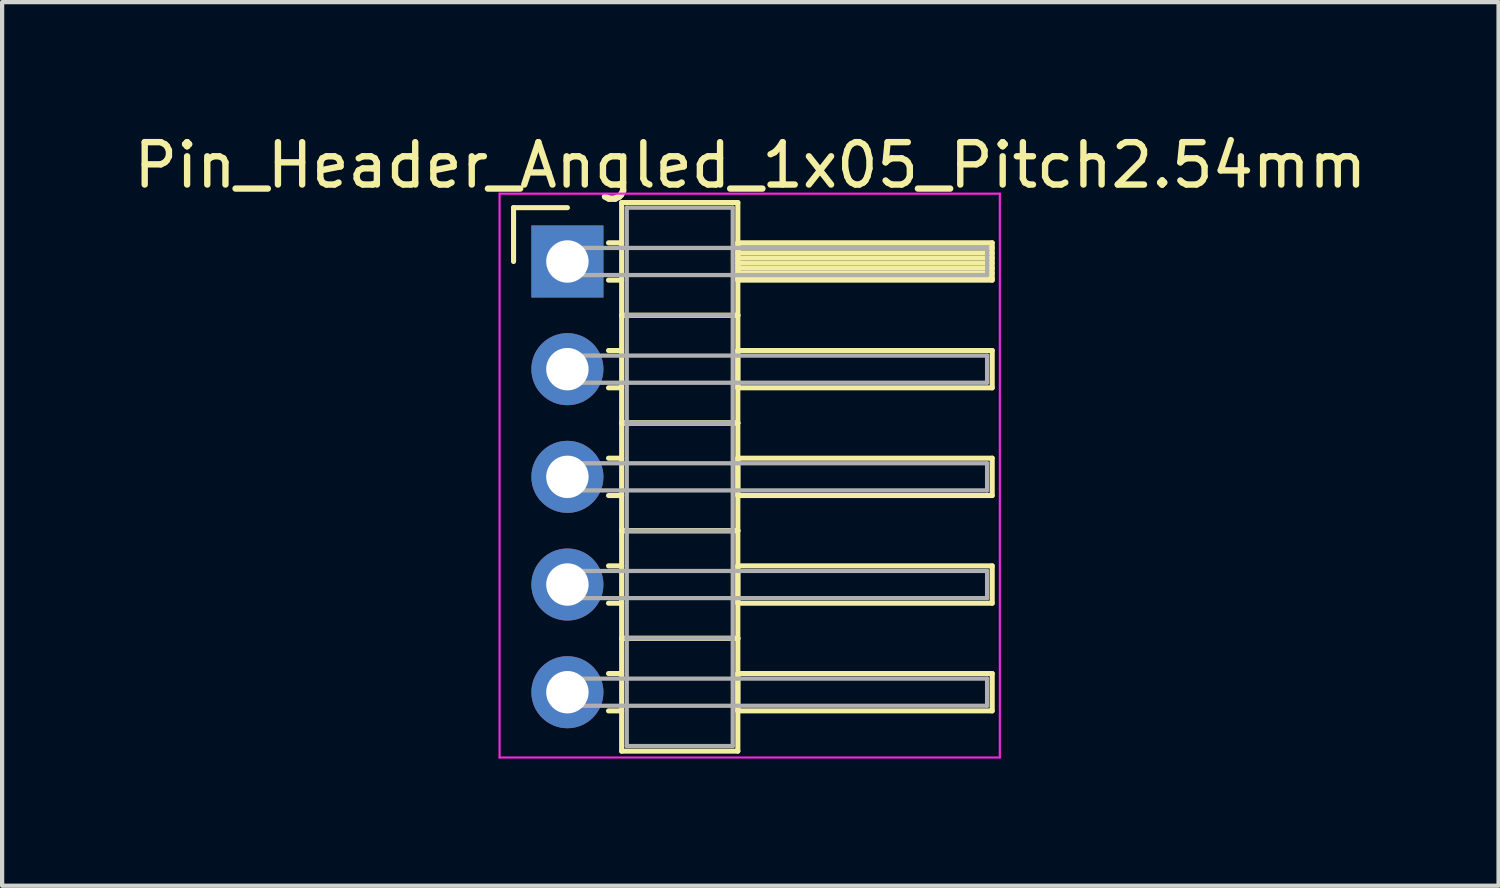
<source format=kicad_pcb>
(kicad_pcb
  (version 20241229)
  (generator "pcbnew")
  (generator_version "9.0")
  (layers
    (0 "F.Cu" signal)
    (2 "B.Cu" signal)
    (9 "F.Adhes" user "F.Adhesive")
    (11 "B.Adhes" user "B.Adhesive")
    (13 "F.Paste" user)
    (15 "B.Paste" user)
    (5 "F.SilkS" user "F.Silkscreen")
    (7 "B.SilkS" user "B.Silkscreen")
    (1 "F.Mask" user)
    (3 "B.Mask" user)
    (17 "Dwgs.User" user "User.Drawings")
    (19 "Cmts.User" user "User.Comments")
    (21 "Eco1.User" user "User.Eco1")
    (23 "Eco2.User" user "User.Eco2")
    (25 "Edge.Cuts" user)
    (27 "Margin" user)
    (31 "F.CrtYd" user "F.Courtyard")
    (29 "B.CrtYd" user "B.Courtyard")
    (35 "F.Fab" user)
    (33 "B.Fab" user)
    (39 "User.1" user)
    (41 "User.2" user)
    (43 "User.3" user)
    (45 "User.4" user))
  (footprint "Pin_Header_Angled_1x05_Pitch2.54mm"
    (layer "F.Cu")
    (at 10.334 3.118)
    (property "Reference" "Pin_Header_Angled_1x05_Pitch2.54mm" (at 4.315 -2.27 0) (layer "F.SilkS") (effects (font (size 1 1) (thickness 0.15))))
    (attr through_hole)
    (fp_line (start -1.27 -1.27) (end 0 -1.27) (stroke (width 0.12) (type solid)) (layer "F.SilkS"))
    (fp_line (start -1.27 0) (end -1.27 -1.27) (stroke (width 0.12) (type solid)) (layer "F.SilkS"))
    (fp_line (start 0.97 -0.44) (end 1.28 -0.44) (stroke (width 0.12) (type solid)) (layer "F.SilkS"))
    (fp_line (start 0.97 0.44) (end 1.28 0.44) (stroke (width 0.12) (type solid)) (layer "F.SilkS"))
    (fp_line (start 0.97 2.1) (end 1.28 2.1) (stroke (width 0.12) (type solid)) (layer "F.SilkS"))
    (fp_line (start 0.97 2.98) (end 1.28 2.98) (stroke (width 0.12) (type solid)) (layer "F.SilkS"))
    (fp_line (start 0.97 4.64) (end 1.28 4.64) (stroke (width 0.12) (type solid)) (layer "F.SilkS"))
    (fp_line (start 0.97 5.52) (end 1.28 5.52) (stroke (width 0.12) (type solid)) (layer "F.SilkS"))
    (fp_line (start 0.97 7.18) (end 1.28 7.18) (stroke (width 0.12) (type solid)) (layer "F.SilkS"))
    (fp_line (start 0.97 8.06) (end 1.28 8.06) (stroke (width 0.12) (type solid)) (layer "F.SilkS"))
    (fp_line (start 0.97 9.72) (end 1.28 9.72) (stroke (width 0.12) (type solid)) (layer "F.SilkS"))
    (fp_line (start 0.97 10.6) (end 1.28 10.6) (stroke (width 0.12) (type solid)) (layer "F.SilkS"))
    (fp_line (start 1.28 -1.39) (end 1.28 1.27) (stroke (width 0.12) (type solid)) (layer "F.SilkS"))
    (fp_line (start 1.28 1.27) (end 1.28 3.81) (stroke (width 0.12) (type solid)) (layer "F.SilkS"))
    (fp_line (start 1.28 1.27) (end 4.02 1.27) (stroke (width 0.12) (type solid)) (layer "F.SilkS"))
    (fp_line (start 1.28 3.81) (end 1.28 6.35) (stroke (width 0.12) (type solid)) (layer "F.SilkS"))
    (fp_line (start 1.28 3.81) (end 4.02 3.81) (stroke (width 0.12) (type solid)) (layer "F.SilkS"))
    (fp_line (start 1.28 6.35) (end 1.28 8.89) (stroke (width 0.12) (type solid)) (layer "F.SilkS"))
    (fp_line (start 1.28 6.35) (end 4.02 6.35) (stroke (width 0.12) (type solid)) (layer "F.SilkS"))
    (fp_line (start 1.28 8.89) (end 1.28 11.55) (stroke (width 0.12) (type solid)) (layer "F.SilkS"))
    (fp_line (start 1.28 8.89) (end 4.02 8.89) (stroke (width 0.12) (type solid)) (layer "F.SilkS"))
    (fp_line (start 1.28 11.55) (end 4.02 11.55) (stroke (width 0.12) (type solid)) (layer "F.SilkS"))
    (fp_line (start 4.02 -1.39) (end 1.28 -1.39) (stroke (width 0.12) (type solid)) (layer "F.SilkS"))
    (fp_line (start 4.02 -0.44) (end 4.02 0.44) (stroke (width 0.12) (type solid)) (layer "F.SilkS"))
    (fp_line (start 4.02 -0.32) (end 10.02 -0.32) (stroke (width 0.12) (type solid)) (layer "F.SilkS"))
    (fp_line (start 4.02 -0.2) (end 10.02 -0.2) (stroke (width 0.12) (type solid)) (layer "F.SilkS"))
    (fp_line (start 4.02 -0.08) (end 10.02 -0.08) (stroke (width 0.12) (type solid)) (layer "F.SilkS"))
    (fp_line (start 4.02 0.04) (end 10.02 0.04) (stroke (width 0.12) (type solid)) (layer "F.SilkS"))
    (fp_line (start 4.02 0.16) (end 10.02 0.16) (stroke (width 0.12) (type solid)) (layer "F.SilkS"))
    (fp_line (start 4.02 0.28) (end 10.02 0.28) (stroke (width 0.12) (type solid)) (layer "F.SilkS"))
    (fp_line (start 4.02 0.4) (end 10.02 0.4) (stroke (width 0.12) (type solid)) (layer "F.SilkS"))
    (fp_line (start 4.02 0.44) (end 10.02 0.44) (stroke (width 0.12) (type solid)) (layer "F.SilkS"))
    (fp_line (start 4.02 1.27) (end 1.28 1.27) (stroke (width 0.12) (type solid)) (layer "F.SilkS"))
    (fp_line (start 4.02 1.27) (end 4.02 -1.39) (stroke (width 0.12) (type solid)) (layer "F.SilkS"))
    (fp_line (start 4.02 2.1) (end 4.02 2.98) (stroke (width 0.12) (type solid)) (layer "F.SilkS"))
    (fp_line (start 4.02 2.98) (end 10.02 2.98) (stroke (width 0.12) (type solid)) (layer "F.SilkS"))
    (fp_line (start 4.02 3.81) (end 1.28 3.81) (stroke (width 0.12) (type solid)) (layer "F.SilkS"))
    (fp_line (start 4.02 3.81) (end 4.02 1.27) (stroke (width 0.12) (type solid)) (layer "F.SilkS"))
    (fp_line (start 4.02 4.64) (end 4.02 5.52) (stroke (width 0.12) (type solid)) (layer "F.SilkS"))
    (fp_line (start 4.02 5.52) (end 10.02 5.52) (stroke (width 0.12) (type solid)) (layer "F.SilkS"))
    (fp_line (start 4.02 6.35) (end 1.28 6.35) (stroke (width 0.12) (type solid)) (layer "F.SilkS"))
    (fp_line (start 4.02 6.35) (end 4.02 3.81) (stroke (width 0.12) (type solid)) (layer "F.SilkS"))
    (fp_line (start 4.02 7.18) (end 4.02 8.06) (stroke (width 0.12) (type solid)) (layer "F.SilkS"))
    (fp_line (start 4.02 8.06) (end 10.02 8.06) (stroke (width 0.12) (type solid)) (layer "F.SilkS"))
    (fp_line (start 4.02 8.89) (end 1.28 8.89) (stroke (width 0.12) (type solid)) (layer "F.SilkS"))
    (fp_line (start 4.02 8.89) (end 4.02 6.35) (stroke (width 0.12) (type solid)) (layer "F.SilkS"))
    (fp_line (start 4.02 9.72) (end 4.02 10.6) (stroke (width 0.12) (type solid)) (layer "F.SilkS"))
    (fp_line (start 4.02 10.6) (end 10.02 10.6) (stroke (width 0.12) (type solid)) (layer "F.SilkS"))
    (fp_line (start 4.02 11.55) (end 4.02 8.89) (stroke (width 0.12) (type solid)) (layer "F.SilkS"))
    (fp_line (start 10.02 -0.44) (end 4.02 -0.44) (stroke (width 0.12) (type solid)) (layer "F.SilkS"))
    (fp_line (start 10.02 0.44) (end 10.02 -0.44) (stroke (width 0.12) (type solid)) (layer "F.SilkS"))
    (fp_line (start 10.02 2.1) (end 4.02 2.1) (stroke (width 0.12) (type solid)) (layer "F.SilkS"))
    (fp_line (start 10.02 2.98) (end 10.02 2.1) (stroke (width 0.12) (type solid)) (layer "F.SilkS"))
    (fp_line (start 10.02 4.64) (end 4.02 4.64) (stroke (width 0.12) (type solid)) (layer "F.SilkS"))
    (fp_line (start 10.02 5.52) (end 10.02 4.64) (stroke (width 0.12) (type solid)) (layer "F.SilkS"))
    (fp_line (start 10.02 7.18) (end 4.02 7.18) (stroke (width 0.12) (type solid)) (layer "F.SilkS"))
    (fp_line (start 10.02 8.06) (end 10.02 7.18) (stroke (width 0.12) (type solid)) (layer "F.SilkS"))
    (fp_line (start 10.02 9.72) (end 4.02 9.72) (stroke (width 0.12) (type solid)) (layer "F.SilkS"))
    (fp_line (start 10.02 10.6) (end 10.02 9.72) (stroke (width 0.12) (type solid)) (layer "F.SilkS"))
    (fp_line (start -1.6 -1.6) (end -1.6 11.7) (stroke (width 0.05) (type solid)) (layer "F.CrtYd"))
    (fp_line (start -1.6 11.7) (end 10.2 11.7) (stroke (width 0.05) (type solid)) (layer "F.CrtYd"))
    (fp_line (start 10.2 -1.6) (end -1.6 -1.6) (stroke (width 0.05) (type solid)) (layer "F.CrtYd"))
    (fp_line (start 10.2 11.7) (end 10.2 -1.6) (stroke (width 0.05) (type solid)) (layer "F.CrtYd"))
    (fp_line (start 0 -0.32) (end 0 0.32) (stroke (width 0.1) (type solid)) (layer "F.Fab"))
    (fp_line (start 0 0.32) (end 9.9 0.32) (stroke (width 0.1) (type solid)) (layer "F.Fab"))
    (fp_line (start 0 2.22) (end 0 2.86) (stroke (width 0.1) (type solid)) (layer "F.Fab"))
    (fp_line (start 0 2.86) (end 9.9 2.86) (stroke (width 0.1) (type solid)) (layer "F.Fab"))
    (fp_line (start 0 4.76) (end 0 5.4) (stroke (width 0.1) (type solid)) (layer "F.Fab"))
    (fp_line (start 0 5.4) (end 9.9 5.4) (stroke (width 0.1) (type solid)) (layer "F.Fab"))
    (fp_line (start 0 7.3) (end 0 7.94) (stroke (width 0.1) (type solid)) (layer "F.Fab"))
    (fp_line (start 0 7.94) (end 9.9 7.94) (stroke (width 0.1) (type solid)) (layer "F.Fab"))
    (fp_line (start 0 9.84) (end 0 10.48) (stroke (width 0.1) (type solid)) (layer "F.Fab"))
    (fp_line (start 0 10.48) (end 9.9 10.48) (stroke (width 0.1) (type solid)) (layer "F.Fab"))
    (fp_line (start 1.4 -1.27) (end 1.4 1.27) (stroke (width 0.1) (type solid)) (layer "F.Fab"))
    (fp_line (start 1.4 1.27) (end 1.4 3.81) (stroke (width 0.1) (type solid)) (layer "F.Fab"))
    (fp_line (start 1.4 1.27) (end 3.9 1.27) (stroke (width 0.1) (type solid)) (layer "F.Fab"))
    (fp_line (start 1.4 3.81) (end 1.4 6.35) (stroke (width 0.1) (type solid)) (layer "F.Fab"))
    (fp_line (start 1.4 3.81) (end 3.9 3.81) (stroke (width 0.1) (type solid)) (layer "F.Fab"))
    (fp_line (start 1.4 6.35) (end 1.4 8.89) (stroke (width 0.1) (type solid)) (layer "F.Fab"))
    (fp_line (start 1.4 6.35) (end 3.9 6.35) (stroke (width 0.1) (type solid)) (layer "F.Fab"))
    (fp_line (start 1.4 8.89) (end 1.4 11.43) (stroke (width 0.1) (type solid)) (layer "F.Fab"))
    (fp_line (start 1.4 8.89) (end 3.9 8.89) (stroke (width 0.1) (type solid)) (layer "F.Fab"))
    (fp_line (start 1.4 11.43) (end 3.9 11.43) (stroke (width 0.1) (type solid)) (layer "F.Fab"))
    (fp_line (start 3.9 -1.27) (end 1.4 -1.27) (stroke (width 0.1) (type solid)) (layer "F.Fab"))
    (fp_line (start 3.9 1.27) (end 1.4 1.27) (stroke (width 0.1) (type solid)) (layer "F.Fab"))
    (fp_line (start 3.9 1.27) (end 3.9 -1.27) (stroke (width 0.1) (type solid)) (layer "F.Fab"))
    (fp_line (start 3.9 3.81) (end 1.4 3.81) (stroke (width 0.1) (type solid)) (layer "F.Fab"))
    (fp_line (start 3.9 3.81) (end 3.9 1.27) (stroke (width 0.1) (type solid)) (layer "F.Fab"))
    (fp_line (start 3.9 6.35) (end 1.4 6.35) (stroke (width 0.1) (type solid)) (layer "F.Fab"))
    (fp_line (start 3.9 6.35) (end 3.9 3.81) (stroke (width 0.1) (type solid)) (layer "F.Fab"))
    (fp_line (start 3.9 8.89) (end 1.4 8.89) (stroke (width 0.1) (type solid)) (layer "F.Fab"))
    (fp_line (start 3.9 8.89) (end 3.9 6.35) (stroke (width 0.1) (type solid)) (layer "F.Fab"))
    (fp_line (start 3.9 11.43) (end 3.9 8.89) (stroke (width 0.1) (type solid)) (layer "F.Fab"))
    (fp_line (start 9.9 -0.32) (end 0 -0.32) (stroke (width 0.1) (type solid)) (layer "F.Fab"))
    (fp_line (start 9.9 0.32) (end 9.9 -0.32) (stroke (width 0.1) (type solid)) (layer "F.Fab"))
    (fp_line (start 9.9 2.22) (end 0 2.22) (stroke (width 0.1) (type solid)) (layer "F.Fab"))
    (fp_line (start 9.9 2.86) (end 9.9 2.22) (stroke (width 0.1) (type solid)) (layer "F.Fab"))
    (fp_line (start 9.9 4.76) (end 0 4.76) (stroke (width 0.1) (type solid)) (layer "F.Fab"))
    (fp_line (start 9.9 5.4) (end 9.9 4.76) (stroke (width 0.1) (type solid)) (layer "F.Fab"))
    (fp_line (start 9.9 7.3) (end 0 7.3) (stroke (width 0.1) (type solid)) (layer "F.Fab"))
    (fp_line (start 9.9 7.94) (end 9.9 7.3) (stroke (width 0.1) (type solid)) (layer "F.Fab"))
    (fp_line (start 9.9 9.84) (end 0 9.84) (stroke (width 0.1) (type solid)) (layer "F.Fab"))
    (fp_line (start 9.9 10.48) (end 9.9 9.84) (stroke (width 0.1) (type solid)) (layer "F.Fab"))
    (pad "1" thru_hole rect (at 0 0) (size 1.7 1.7) (drill 1) (layers "*.Cu" "*.Mask"))
    (pad "2" thru_hole oval (at 0 2.54) (size 1.7 1.7) (drill 1) (layers "*.Cu" "*.Mask"))
    (pad "3" thru_hole oval (at 0 5.08) (size 1.7 1.7) (drill 1) (layers "*.Cu" "*.Mask"))
    (pad "4" thru_hole oval (at 0 7.62) (size 1.7 1.7) (drill 1) (layers "*.Cu" "*.Mask"))
    (pad "5" thru_hole oval (at 0 10.16) (size 1.7 1.7) (drill 1) (layers "*.Cu" "*.Mask")))
  (gr_rect
    (start -3 -3)
    (end 32.298 17.843)
    (stroke (width 0.1) (type default))
    (fill no)
    (layer "Edge.Cuts")))
</source>
